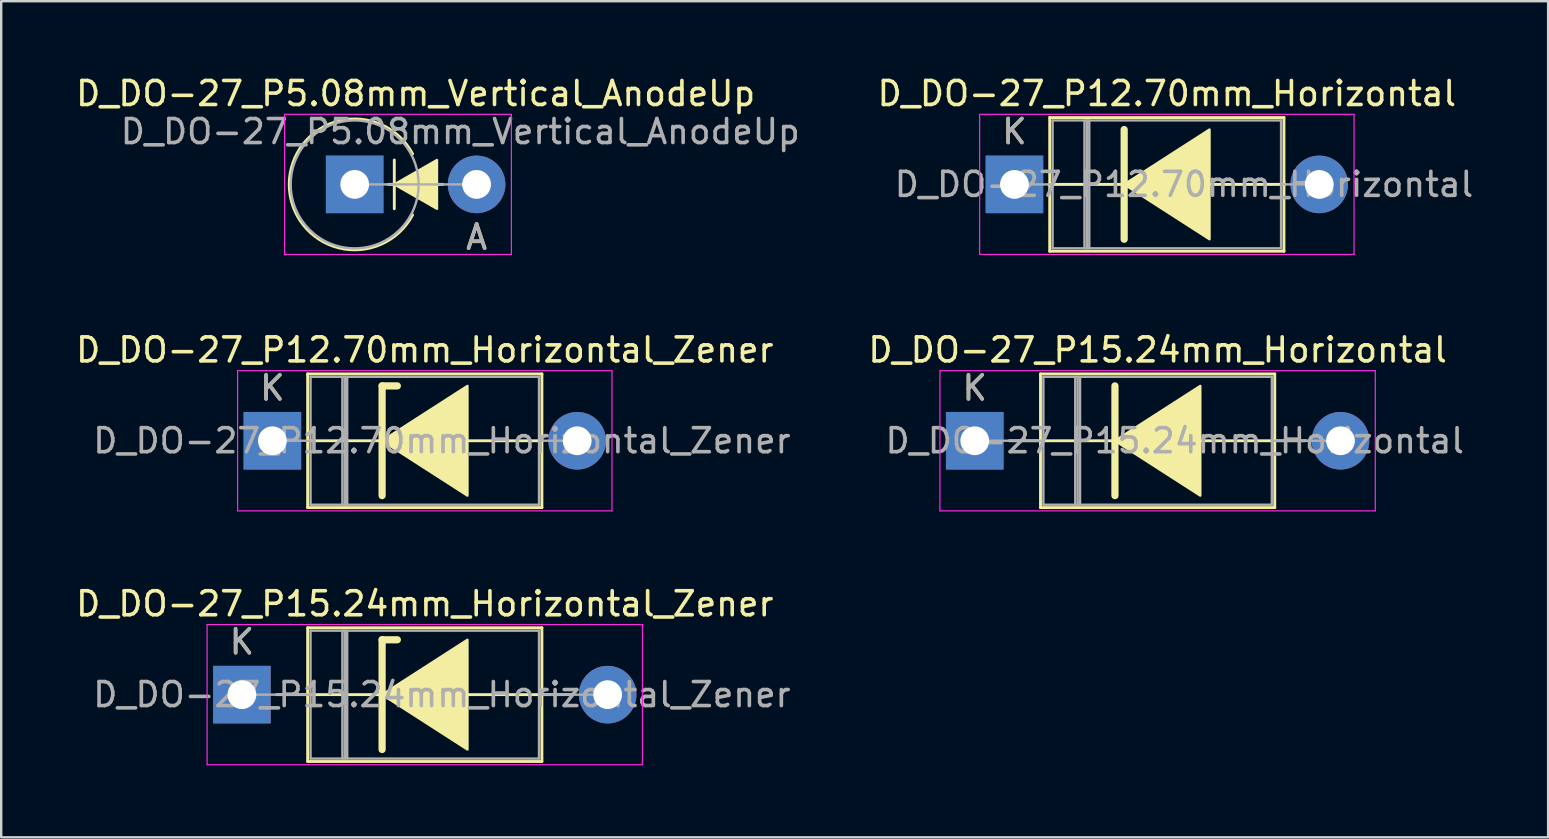
<source format=kicad_pcb>
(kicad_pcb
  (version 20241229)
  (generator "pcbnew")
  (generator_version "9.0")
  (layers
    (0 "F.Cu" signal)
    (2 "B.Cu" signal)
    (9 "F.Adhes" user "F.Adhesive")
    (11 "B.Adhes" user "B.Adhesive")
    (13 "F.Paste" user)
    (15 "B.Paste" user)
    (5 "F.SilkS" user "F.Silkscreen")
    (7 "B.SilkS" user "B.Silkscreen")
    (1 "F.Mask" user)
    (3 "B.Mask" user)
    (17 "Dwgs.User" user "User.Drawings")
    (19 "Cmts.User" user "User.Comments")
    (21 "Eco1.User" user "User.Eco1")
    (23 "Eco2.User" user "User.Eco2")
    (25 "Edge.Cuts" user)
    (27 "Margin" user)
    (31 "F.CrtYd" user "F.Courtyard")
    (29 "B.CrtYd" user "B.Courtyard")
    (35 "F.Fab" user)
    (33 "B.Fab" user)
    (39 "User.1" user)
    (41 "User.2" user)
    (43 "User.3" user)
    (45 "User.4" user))
  (footprint "D_DO-27_P5.08mm_Vertical_AnodeUp"
    (layer "F.Cu")
    (at 11.728 4.633)
    (property "Reference" "D_DO-27_P5.08mm_Vertical_AnodeUp" (at 2.54 -3.785 0) (layer "F.SilkS") (effects (font (size 1 1) (thickness 0.15))))
    (attr through_hole)
    (fp_line (start 1.397 0) (end 3.683 0) (stroke (width 0.12) (type solid)) (layer "F.SilkS"))
    (fp_line (start 1.651 -1.016) (end 1.651 1.016) (stroke (width 0.12) (type solid)) (layer "F.SilkS"))
    (fp_arc (start 2.412999 1.27) (mid -2.726805 0) (end 2.412999 -1.269999) (stroke (width 0.12) (type solid)) (layer "F.SilkS"))
    (fp_poly (pts (xy 3.429 1.016) (xy 1.651 0) (xy 3.429 -1.016)) (stroke (width 0.1) (type solid)) (fill yes) (layer "F.SilkS"))
    (fp_line (start -2.92 -2.92) (end -2.92 2.92) (stroke (width 0.05) (type solid)) (layer "F.CrtYd"))
    (fp_line (start -2.92 2.92) (end 6.53 2.92) (stroke (width 0.05) (type solid)) (layer "F.CrtYd"))
    (fp_line (start 6.53 -2.92) (end -2.92 -2.92) (stroke (width 0.05) (type solid)) (layer "F.CrtYd"))
    (fp_line (start 6.53 2.92) (end 6.53 -2.92) (stroke (width 0.05) (type solid)) (layer "F.CrtYd"))
    (fp_line (start 0 0) (end 5.08 0) (stroke (width 0.1) (type solid)) (layer "F.Fab"))
    (fp_circle (center 0 0) (end 2.665 0) (stroke (width 0.1) (type solid)) (fill no) (layer "F.Fab"))
    (fp_text user "A" (at 5.08 2.2 0) (layer "F.SilkS") (effects (font (size 1 1) (thickness 0.15))))
    (fp_text user "${REFERENCE}" (at 4.4 -2.2 0) (layer "F.Fab") (effects (font (size 1 1) (thickness 0.15))))
    (fp_text user "A" (at 5.08 2.2 0) (layer "F.Fab") (effects (font (size 1 1) (thickness 0.15))))
    (pad "1" thru_hole rect (at 0 0) (size 2.4 2.4) (drill 1.2) (layers "*.Cu" "*.Mask"))
    (pad "2" thru_hole oval (at 5.08 0) (size 2.4 2.4) (drill 1.2) (layers "*.Cu" "*.Mask")))
  (footprint "D_DO-27_P12.70mm_Horizontal_Zener"
    (layer "F.Cu")
    (at 8.299 15.315)
    (property "Reference" "D_DO-27_P12.70mm_Horizontal_Zener" (at 6.35 -3.785 0) (layer "F.SilkS") (effects (font (size 1 1) (thickness 0.15))))
    (attr through_hole)
    (fp_line (start 1.44 0) (end 1.47 0) (stroke (width 0.12) (type solid)) (layer "F.SilkS"))
    (fp_line (start 1.47 -2.785) (end 1.47 2.785) (stroke (width 0.12) (type solid)) (layer "F.SilkS"))
    (fp_line (start 1.47 2.785) (end 11.23 2.785) (stroke (width 0.12) (type solid)) (layer "F.SilkS"))
    (fp_line (start 4.572 -2.286) (end 4.572 2.286) (stroke (width 0.3) (type solid)) (layer "F.SilkS"))
    (fp_line (start 4.572 -2.286) (end 5.207 -2.286) (stroke (width 0.3) (type solid)) (layer "F.SilkS"))
    (fp_line (start 4.572 0) (end 1.47 0) (stroke (width 0.12) (type solid)) (layer "F.SilkS"))
    (fp_line (start 8.001 0) (end 11.23 0) (stroke (width 0.12) (type solid)) (layer "F.SilkS"))
    (fp_line (start 11.23 -2.785) (end 1.47 -2.785) (stroke (width 0.12) (type solid)) (layer "F.SilkS"))
    (fp_line (start 11.23 2.785) (end 11.23 -2.785) (stroke (width 0.12) (type solid)) (layer "F.SilkS"))
    (fp_line (start 11.26 0) (end 11.23 0) (stroke (width 0.12) (type solid)) (layer "F.SilkS"))
    (fp_poly (pts (xy 8.128 2.286) (xy 4.572 0) (xy 8.128 -2.286)) (stroke (width 0.1) (type solid)) (fill yes) (layer "F.SilkS"))
    (fp_line (start -1.45 -2.92) (end -1.45 2.92) (stroke (width 0.05) (type solid)) (layer "F.CrtYd"))
    (fp_line (start -1.45 2.92) (end 14.15 2.92) (stroke (width 0.05) (type solid)) (layer "F.CrtYd"))
    (fp_line (start 14.15 -2.92) (end -1.45 -2.92) (stroke (width 0.05) (type solid)) (layer "F.CrtYd"))
    (fp_line (start 14.15 2.92) (end 14.15 -2.92) (stroke (width 0.05) (type solid)) (layer "F.CrtYd"))
    (fp_line (start 0 0) (end 1.59 0) (stroke (width 0.1) (type solid)) (layer "F.Fab"))
    (fp_line (start 1.59 -2.665) (end 1.59 2.665) (stroke (width 0.1) (type solid)) (layer "F.Fab"))
    (fp_line (start 1.59 2.665) (end 11.11 2.665) (stroke (width 0.1) (type solid)) (layer "F.Fab"))
    (fp_line (start 2.918 -2.665) (end 2.918 2.665) (stroke (width 0.1) (type solid)) (layer "F.Fab"))
    (fp_line (start 3.018 -2.665) (end 3.018 2.665) (stroke (width 0.1) (type solid)) (layer "F.Fab"))
    (fp_line (start 3.118 -2.665) (end 3.118 2.665) (stroke (width 0.1) (type solid)) (layer "F.Fab"))
    (fp_line (start 11.11 -2.665) (end 1.59 -2.665) (stroke (width 0.1) (type solid)) (layer "F.Fab"))
    (fp_line (start 11.11 2.665) (end 11.11 -2.665) (stroke (width 0.1) (type solid)) (layer "F.Fab"))
    (fp_line (start 12.7 0) (end 11.11 0) (stroke (width 0.1) (type solid)) (layer "F.Fab"))
    (fp_text user "K" (at 0 -2.2 0) (layer "F.SilkS") (effects (font (size 1 1) (thickness 0.15))))
    (fp_text user "${REFERENCE}" (at 7.064 0 0) (layer "F.Fab") (effects (font (size 1 1) (thickness 0.15))))
    (fp_text user "K" (at 0 -2.2 0) (layer "F.Fab") (effects (font (size 1 1) (thickness 0.15))))
    (pad "1" thru_hole rect (at 0 0) (size 2.4 2.4) (drill 1.2) (layers "*.Cu" "*.Mask"))
    (pad "2" thru_hole oval (at 12.7 0) (size 2.4 2.4) (drill 1.2) (layers "*.Cu" "*.Mask")))
  (footprint "D_DO-27_P12.70mm_Horizontal"
    (layer "F.Cu")
    (at 39.218 4.633)
    (property "Reference" "D_DO-27_P12.70mm_Horizontal" (at 6.35 -3.785 0) (layer "F.SilkS") (effects (font (size 1 1) (thickness 0.15))))
    (attr through_hole)
    (fp_line (start 1.44 0) (end 1.47 0) (stroke (width 0.12) (type solid)) (layer "F.SilkS"))
    (fp_line (start 1.47 -2.785) (end 1.47 2.785) (stroke (width 0.12) (type solid)) (layer "F.SilkS"))
    (fp_line (start 1.47 2.785) (end 11.23 2.785) (stroke (width 0.12) (type solid)) (layer "F.SilkS"))
    (fp_line (start 4.572 -2.286) (end 4.572 2.286) (stroke (width 0.3) (type solid)) (layer "F.SilkS"))
    (fp_line (start 4.572 0) (end 1.47 0) (stroke (width 0.12) (type solid)) (layer "F.SilkS"))
    (fp_line (start 8.001 0) (end 11.23 0) (stroke (width 0.12) (type solid)) (layer "F.SilkS"))
    (fp_line (start 11.23 -2.785) (end 1.47 -2.785) (stroke (width 0.12) (type solid)) (layer "F.SilkS"))
    (fp_line (start 11.23 2.785) (end 11.23 -2.785) (stroke (width 0.12) (type solid)) (layer "F.SilkS"))
    (fp_line (start 11.26 0) (end 11.23 0) (stroke (width 0.12) (type solid)) (layer "F.SilkS"))
    (fp_poly (pts (xy 8.128 2.286) (xy 4.572 0) (xy 8.128 -2.286)) (stroke (width 0.1) (type solid)) (fill yes) (layer "F.SilkS"))
    (fp_line (start -1.45 -2.92) (end -1.45 2.92) (stroke (width 0.05) (type solid)) (layer "F.CrtYd"))
    (fp_line (start -1.45 2.92) (end 14.15 2.92) (stroke (width 0.05) (type solid)) (layer "F.CrtYd"))
    (fp_line (start 14.15 -2.92) (end -1.45 -2.92) (stroke (width 0.05) (type solid)) (layer "F.CrtYd"))
    (fp_line (start 14.15 2.92) (end 14.15 -2.92) (stroke (width 0.05) (type solid)) (layer "F.CrtYd"))
    (fp_line (start 0 0) (end 1.59 0) (stroke (width 0.1) (type solid)) (layer "F.Fab"))
    (fp_line (start 1.59 -2.665) (end 1.59 2.665) (stroke (width 0.1) (type solid)) (layer "F.Fab"))
    (fp_line (start 1.59 2.665) (end 11.11 2.665) (stroke (width 0.1) (type solid)) (layer "F.Fab"))
    (fp_line (start 2.918 -2.665) (end 2.918 2.665) (stroke (width 0.1) (type solid)) (layer "F.Fab"))
    (fp_line (start 3.018 -2.665) (end 3.018 2.665) (stroke (width 0.1) (type solid)) (layer "F.Fab"))
    (fp_line (start 3.118 -2.665) (end 3.118 2.665) (stroke (width 0.1) (type solid)) (layer "F.Fab"))
    (fp_line (start 11.11 -2.665) (end 1.59 -2.665) (stroke (width 0.1) (type solid)) (layer "F.Fab"))
    (fp_line (start 11.11 2.665) (end 11.11 -2.665) (stroke (width 0.1) (type solid)) (layer "F.Fab"))
    (fp_line (start 12.7 0) (end 11.11 0) (stroke (width 0.1) (type solid)) (layer "F.Fab"))
    (fp_text user "K" (at 0 -2.2 0) (layer "F.SilkS") (effects (font (size 1 1) (thickness 0.15))))
    (fp_text user "${REFERENCE}" (at 7.064 0 0) (layer "F.Fab") (effects (font (size 1 1) (thickness 0.15))))
    (fp_text user "K" (at 0 -2.2 0) (layer "F.Fab") (effects (font (size 1 1) (thickness 0.15))))
    (pad "1" thru_hole rect (at 0 0) (size 2.4 2.4) (drill 1.2) (layers "*.Cu" "*.Mask"))
    (pad "2" thru_hole oval (at 12.7 0) (size 2.4 2.4) (drill 1.2) (layers "*.Cu" "*.Mask")))
  (footprint "D_DO-27_P15.24mm_Horizontal"
    (layer "F.Cu")
    (at 37.564 15.315)
    (property "Reference" "D_DO-27_P15.24mm_Horizontal" (at 7.62 -3.785 0) (layer "F.SilkS") (effects (font (size 1 1) (thickness 0.15))))
    (attr through_hole)
    (fp_line (start 1.44 0) (end 2.74 0) (stroke (width 0.12) (type solid)) (layer "F.SilkS"))
    (fp_line (start 2.74 -2.785) (end 2.74 2.785) (stroke (width 0.12) (type solid)) (layer "F.SilkS"))
    (fp_line (start 2.74 2.785) (end 12.5 2.785) (stroke (width 0.12) (type solid)) (layer "F.SilkS"))
    (fp_line (start 5.842 -2.286) (end 5.842 2.286) (stroke (width 0.3) (type solid)) (layer "F.SilkS"))
    (fp_line (start 5.842 0) (end 2.74 0) (stroke (width 0.12) (type solid)) (layer "F.SilkS"))
    (fp_line (start 9.271 0) (end 12.5 0) (stroke (width 0.12) (type solid)) (layer "F.SilkS"))
    (fp_line (start 12.5 -2.785) (end 2.74 -2.785) (stroke (width 0.12) (type solid)) (layer "F.SilkS"))
    (fp_line (start 12.5 2.785) (end 12.5 -2.785) (stroke (width 0.12) (type solid)) (layer "F.SilkS"))
    (fp_line (start 13.8 0) (end 12.5 0) (stroke (width 0.12) (type solid)) (layer "F.SilkS"))
    (fp_poly (pts (xy 9.398 2.286) (xy 5.842 0) (xy 9.398 -2.286)) (stroke (width 0.1) (type solid)) (fill yes) (layer "F.SilkS"))
    (fp_line (start -1.45 -2.92) (end -1.45 2.92) (stroke (width 0.05) (type solid)) (layer "F.CrtYd"))
    (fp_line (start -1.45 2.92) (end 16.69 2.92) (stroke (width 0.05) (type solid)) (layer "F.CrtYd"))
    (fp_line (start 16.69 -2.92) (end -1.45 -2.92) (stroke (width 0.05) (type solid)) (layer "F.CrtYd"))
    (fp_line (start 16.69 2.92) (end 16.69 -2.92) (stroke (width 0.05) (type solid)) (layer "F.CrtYd"))
    (fp_line (start 0 0) (end 2.86 0) (stroke (width 0.1) (type solid)) (layer "F.Fab"))
    (fp_line (start 2.86 -2.665) (end 2.86 2.665) (stroke (width 0.1) (type solid)) (layer "F.Fab"))
    (fp_line (start 2.86 2.665) (end 12.38 2.665) (stroke (width 0.1) (type solid)) (layer "F.Fab"))
    (fp_line (start 4.188 -2.665) (end 4.188 2.665) (stroke (width 0.1) (type solid)) (layer "F.Fab"))
    (fp_line (start 4.288 -2.665) (end 4.288 2.665) (stroke (width 0.1) (type solid)) (layer "F.Fab"))
    (fp_line (start 4.388 -2.665) (end 4.388 2.665) (stroke (width 0.1) (type solid)) (layer "F.Fab"))
    (fp_line (start 12.38 -2.665) (end 2.86 -2.665) (stroke (width 0.1) (type solid)) (layer "F.Fab"))
    (fp_line (start 12.38 2.665) (end 12.38 -2.665) (stroke (width 0.1) (type solid)) (layer "F.Fab"))
    (fp_line (start 15.24 0) (end 12.38 0) (stroke (width 0.1) (type solid)) (layer "F.Fab"))
    (fp_text user "K" (at 0 -2.2 0) (layer "F.SilkS") (effects (font (size 1 1) (thickness 0.15))))
    (fp_text user "K" (at 0 -2.2 0) (layer "F.Fab") (effects (font (size 1 1) (thickness 0.15))))
    (fp_text user "${REFERENCE}" (at 8.334 0 0) (layer "F.Fab") (effects (font (size 1 1) (thickness 0.15))))
    (pad "1" thru_hole rect (at 0 0) (size 2.4 2.4) (drill 1.2) (layers "*.Cu" "*.Mask"))
    (pad "2" thru_hole oval (at 15.24 0) (size 2.4 2.4) (drill 1.2) (layers "*.Cu" "*.Mask")))
  (footprint "D_DO-27_P15.24mm_Horizontal_Zener"
    (layer "F.Cu")
    (at 7.029 25.893)
    (property "Reference" "D_DO-27_P15.24mm_Horizontal_Zener" (at 7.62 -3.785 0) (layer "F.SilkS") (effects (font (size 1 1) (thickness 0.15))))
    (attr through_hole)
    (fp_line (start 1.44 0) (end 2.74 0) (stroke (width 0.12) (type solid)) (layer "F.SilkS"))
    (fp_line (start 2.74 -2.785) (end 2.74 2.785) (stroke (width 0.12) (type solid)) (layer "F.SilkS"))
    (fp_line (start 2.74 2.785) (end 12.5 2.785) (stroke (width 0.12) (type solid)) (layer "F.SilkS"))
    (fp_line (start 5.842 -2.286) (end 5.842 2.286) (stroke (width 0.3) (type solid)) (layer "F.SilkS"))
    (fp_line (start 5.842 -2.286) (end 6.477 -2.286) (stroke (width 0.3) (type solid)) (layer "F.SilkS"))
    (fp_line (start 5.842 0) (end 2.74 0) (stroke (width 0.12) (type solid)) (layer "F.SilkS"))
    (fp_line (start 9.271 0) (end 12.5 0) (stroke (width 0.12) (type solid)) (layer "F.SilkS"))
    (fp_line (start 12.5 -2.785) (end 2.74 -2.785) (stroke (width 0.12) (type solid)) (layer "F.SilkS"))
    (fp_line (start 12.5 2.785) (end 12.5 -2.785) (stroke (width 0.12) (type solid)) (layer "F.SilkS"))
    (fp_line (start 13.8 0) (end 12.5 0) (stroke (width 0.12) (type solid)) (layer "F.SilkS"))
    (fp_poly (pts (xy 9.398 2.286) (xy 5.842 0) (xy 9.398 -2.286)) (stroke (width 0.1) (type solid)) (fill yes) (layer "F.SilkS"))
    (fp_line (start -1.45 -2.92) (end -1.45 2.92) (stroke (width 0.05) (type solid)) (layer "F.CrtYd"))
    (fp_line (start -1.45 2.92) (end 16.69 2.92) (stroke (width 0.05) (type solid)) (layer "F.CrtYd"))
    (fp_line (start 16.69 -2.92) (end -1.45 -2.92) (stroke (width 0.05) (type solid)) (layer "F.CrtYd"))
    (fp_line (start 16.69 2.92) (end 16.69 -2.92) (stroke (width 0.05) (type solid)) (layer "F.CrtYd"))
    (fp_line (start 0 0) (end 2.86 0) (stroke (width 0.1) (type solid)) (layer "F.Fab"))
    (fp_line (start 2.86 -2.665) (end 2.86 2.665) (stroke (width 0.1) (type solid)) (layer "F.Fab"))
    (fp_line (start 2.86 2.665) (end 12.38 2.665) (stroke (width 0.1) (type solid)) (layer "F.Fab"))
    (fp_line (start 4.188 -2.665) (end 4.188 2.665) (stroke (width 0.1) (type solid)) (layer "F.Fab"))
    (fp_line (start 4.288 -2.665) (end 4.288 2.665) (stroke (width 0.1) (type solid)) (layer "F.Fab"))
    (fp_line (start 4.388 -2.665) (end 4.388 2.665) (stroke (width 0.1) (type solid)) (layer "F.Fab"))
    (fp_line (start 12.38 -2.665) (end 2.86 -2.665) (stroke (width 0.1) (type solid)) (layer "F.Fab"))
    (fp_line (start 12.38 2.665) (end 12.38 -2.665) (stroke (width 0.1) (type solid)) (layer "F.Fab"))
    (fp_line (start 15.24 0) (end 12.38 0) (stroke (width 0.1) (type solid)) (layer "F.Fab"))
    (fp_text user "K" (at 0 -2.2 0) (layer "F.SilkS") (effects (font (size 1 1) (thickness 0.15))))
    (fp_text user "K" (at 0 -2.2 0) (layer "F.Fab") (effects (font (size 1 1) (thickness 0.15))))
    (fp_text user "${REFERENCE}" (at 8.334 0 0) (layer "F.Fab") (effects (font (size 1 1) (thickness 0.15))))
    (pad "1" thru_hole rect (at 0 0) (size 2.4 2.4) (drill 1.2) (layers "*.Cu" "*.Mask"))
    (pad "2" thru_hole oval (at 15.24 0) (size 2.4 2.4) (drill 1.2) (layers "*.Cu" "*.Mask")))
  (gr_rect
    (start -3 -3)
    (end 61.455 31.838)
    (stroke (width 0.1) (type default))
    (fill no)
    (layer "Edge.Cuts")))
</source>
